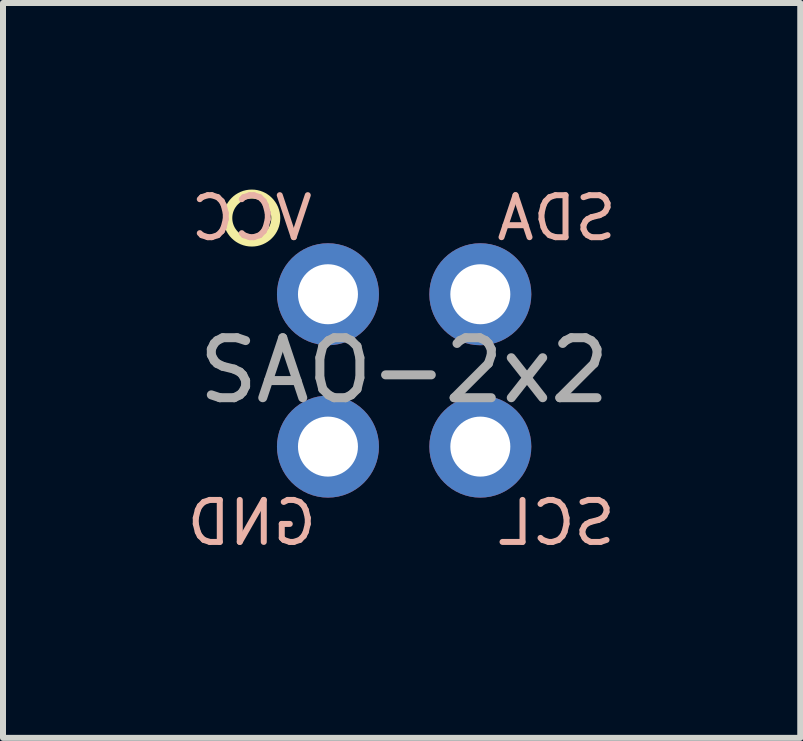
<source format=kicad_pcb>
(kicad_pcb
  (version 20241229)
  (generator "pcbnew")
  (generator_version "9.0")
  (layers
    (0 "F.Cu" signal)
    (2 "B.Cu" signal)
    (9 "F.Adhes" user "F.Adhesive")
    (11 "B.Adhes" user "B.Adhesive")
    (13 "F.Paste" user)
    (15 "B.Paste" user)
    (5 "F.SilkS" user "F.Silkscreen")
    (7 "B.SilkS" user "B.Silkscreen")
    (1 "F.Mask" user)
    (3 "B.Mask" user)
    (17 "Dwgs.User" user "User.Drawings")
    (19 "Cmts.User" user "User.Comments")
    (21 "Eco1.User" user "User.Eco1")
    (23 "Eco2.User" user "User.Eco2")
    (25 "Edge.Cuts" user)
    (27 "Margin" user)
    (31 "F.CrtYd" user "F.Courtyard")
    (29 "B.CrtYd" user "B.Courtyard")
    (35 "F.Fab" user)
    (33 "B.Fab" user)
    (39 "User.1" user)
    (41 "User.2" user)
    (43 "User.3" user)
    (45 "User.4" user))
  (footprint "SAO-2x2"
    (layer "F.Cu")
    (at 3.687 3.125)
    (property "Reference" "SAO-2x2" (at 0 0 0) (layer "F.Fab") (effects (font (size 1 1) (thickness 0.15))))
    (attr through_hole)
    (fp_circle (center -2.54 -2.54) (end -2.14 -2.54) (stroke (width 0.15) (type solid)) (fill no) (layer "F.SilkS"))
    (fp_text user "SDA" (at 2.54 -2.54 0) (layer "B.SilkS") (effects (font (size 0.7 0.7) (thickness 0.1)) (justify mirror)))
    (fp_text user "VCC" (at -2.54 -2.54 0) (layer "B.SilkS") (effects (font (size 0.7 0.7) (thickness 0.1)) (justify mirror)))
    (fp_text user "GND" (at -2.54 2.54 0) (layer "B.SilkS") (effects (font (size 0.7 0.7) (thickness 0.1)) (justify mirror)))
    (fp_text user "SCL" (at 2.54 2.54 0) (layer "B.SilkS") (effects (font (size 0.7 0.7) (thickness 0.1)) (justify mirror)))
    (pad "1" thru_hole oval (at -1.27 -1.27) (size 1.7 1.7) (drill 1) (layers "*.Cu" "*.Mask"))
    (pad "2" thru_hole oval (at -1.27 1.27) (size 1.7 1.7) (drill 1) (layers "*.Cu" "*.Mask"))
    (pad "3" thru_hole oval (at 1.27 1.27) (size 1.7 1.7) (drill 1) (layers "*.Cu" "*.Mask"))
    (pad "4" thru_hole circle (at 1.27 -1.27) (size 1.7 1.7) (drill 1) (layers "*.Cu" "*.Mask")))
  (gr_rect
    (start -3 -3)
    (end 10.29 9.25)
    (stroke (width 0.1) (type default))
    (fill no)
    (layer "Edge.Cuts")))
</source>
